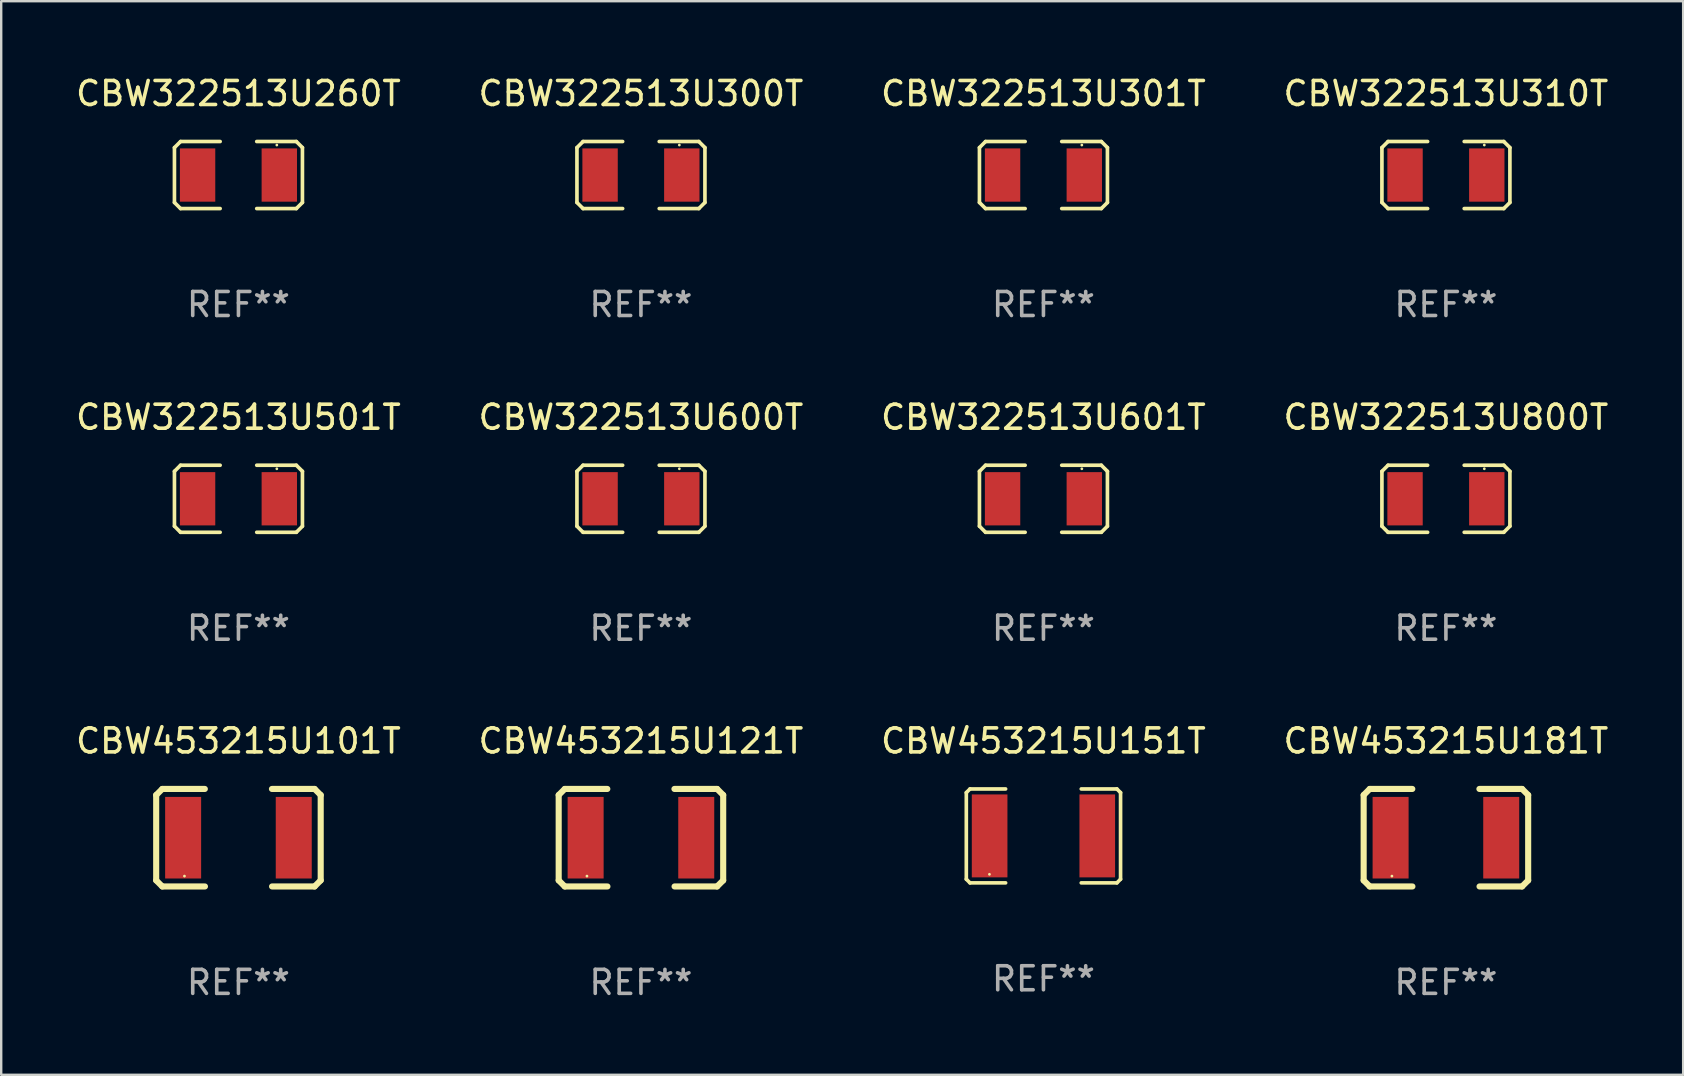
<source format=kicad_pcb>
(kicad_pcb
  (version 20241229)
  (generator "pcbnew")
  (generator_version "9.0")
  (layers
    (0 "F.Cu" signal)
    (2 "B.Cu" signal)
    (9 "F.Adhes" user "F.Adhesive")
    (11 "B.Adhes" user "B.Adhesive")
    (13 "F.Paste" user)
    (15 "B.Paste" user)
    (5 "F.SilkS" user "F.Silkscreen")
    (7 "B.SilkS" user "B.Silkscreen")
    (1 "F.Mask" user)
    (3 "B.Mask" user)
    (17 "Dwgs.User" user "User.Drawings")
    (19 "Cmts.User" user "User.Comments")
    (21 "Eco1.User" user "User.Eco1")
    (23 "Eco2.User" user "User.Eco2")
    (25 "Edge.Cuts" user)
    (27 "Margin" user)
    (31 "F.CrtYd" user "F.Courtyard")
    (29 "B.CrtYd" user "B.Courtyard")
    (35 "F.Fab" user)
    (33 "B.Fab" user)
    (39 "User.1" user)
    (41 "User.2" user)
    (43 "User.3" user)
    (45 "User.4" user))
  (footprint "CBW322513U800T"
    (layer "F.Cu")
    (at 57.208 17.736)
    (property "Reference" "CBW322513U800T" (at 0 -3.397 0) (layer "F.SilkS") (effects (font (size 1 1) (thickness 0.15))))
    (attr through_hole)
    (fp_line (start -2.667 -1.143) (end -2.413 -1.397) (stroke (width 0.152) (type solid)) (layer "F.SilkS"))
    (fp_line (start -2.667 1.143) (end -2.667 -1.143) (stroke (width 0.152) (type solid)) (layer "F.SilkS"))
    (fp_line (start -2.413 -1.397) (end -0.762 -1.397) (stroke (width 0.152) (type solid)) (layer "F.SilkS"))
    (fp_line (start -2.413 1.397) (end -2.667 1.143) (stroke (width 0.152) (type solid)) (layer "F.SilkS"))
    (fp_line (start -0.762 1.397) (end -2.413 1.397) (stroke (width 0.152) (type solid)) (layer "F.SilkS"))
    (fp_line (start 0.762 -1.397) (end 2.413 -1.397) (stroke (width 0.152) (type solid)) (layer "F.SilkS"))
    (fp_line (start 2.413 -1.397) (end 2.667 -1.143) (stroke (width 0.152) (type solid)) (layer "F.SilkS"))
    (fp_line (start 2.413 1.397) (end 0.762 1.397) (stroke (width 0.152) (type solid)) (layer "F.SilkS"))
    (fp_line (start 2.667 -1.143) (end 2.667 1.143) (stroke (width 0.152) (type solid)) (layer "F.SilkS"))
    (fp_line (start 2.667 1.143) (end 2.413 1.397) (stroke (width 0.152) (type solid)) (layer "F.SilkS"))
    (fp_circle (center 1.6 -1.25) (end 1.63 -1.25) (stroke (width 0.06) (type solid)) (fill no) (layer "F.SilkS"))
    (fp_text user "REF**" (at 0 5.397 0) (layer "F.Fab") (effects (font (size 1 1) (thickness 0.15))))
    (pad "1" smd rect (at 1.703 0) (size 1.474 2.22) (layers "F.Cu" "F.Mask" "F.Paste"))
    (pad "2" smd rect (at -1.703 0) (size 1.474 2.22) (layers "F.Cu" "F.Mask" "F.Paste")))
  (footprint "CBW322513U601T"
    (layer "F.Cu")
    (at 40.435 17.736)
    (property "Reference" "CBW322513U601T" (at 0 -3.397 0) (layer "F.SilkS") (effects (font (size 1 1) (thickness 0.15))))
    (attr through_hole)
    (fp_line (start -2.667 -1.143) (end -2.413 -1.397) (stroke (width 0.152) (type solid)) (layer "F.SilkS"))
    (fp_line (start -2.667 1.143) (end -2.667 -1.143) (stroke (width 0.152) (type solid)) (layer "F.SilkS"))
    (fp_line (start -2.413 -1.397) (end -0.762 -1.397) (stroke (width 0.152) (type solid)) (layer "F.SilkS"))
    (fp_line (start -2.413 1.397) (end -2.667 1.143) (stroke (width 0.152) (type solid)) (layer "F.SilkS"))
    (fp_line (start -0.762 1.397) (end -2.413 1.397) (stroke (width 0.152) (type solid)) (layer "F.SilkS"))
    (fp_line (start 0.762 -1.397) (end 2.413 -1.397) (stroke (width 0.152) (type solid)) (layer "F.SilkS"))
    (fp_line (start 2.413 -1.397) (end 2.667 -1.143) (stroke (width 0.152) (type solid)) (layer "F.SilkS"))
    (fp_line (start 2.413 1.397) (end 0.762 1.397) (stroke (width 0.152) (type solid)) (layer "F.SilkS"))
    (fp_line (start 2.667 -1.143) (end 2.667 1.143) (stroke (width 0.152) (type solid)) (layer "F.SilkS"))
    (fp_line (start 2.667 1.143) (end 2.413 1.397) (stroke (width 0.152) (type solid)) (layer "F.SilkS"))
    (fp_circle (center 1.6 -1.25) (end 1.63 -1.25) (stroke (width 0.06) (type solid)) (fill no) (layer "F.SilkS"))
    (fp_text user "REF**" (at 0 5.397 0) (layer "F.Fab") (effects (font (size 1 1) (thickness 0.15))))
    (pad "1" smd rect (at 1.703 0) (size 1.474 2.22) (layers "F.Cu" "F.Mask" "F.Paste"))
    (pad "2" smd rect (at -1.703 0) (size 1.474 2.22) (layers "F.Cu" "F.Mask" "F.Paste")))
  (footprint "CBW322513U310T"
    (layer "F.Cu")
    (at 57.208 4.245)
    (property "Reference" "CBW322513U310T" (at 0 -3.397 0) (layer "F.SilkS") (effects (font (size 1 1) (thickness 0.15))))
    (attr through_hole)
    (fp_line (start -2.667 -1.143) (end -2.413 -1.397) (stroke (width 0.152) (type solid)) (layer "F.SilkS"))
    (fp_line (start -2.667 1.143) (end -2.667 -1.143) (stroke (width 0.152) (type solid)) (layer "F.SilkS"))
    (fp_line (start -2.413 -1.397) (end -0.762 -1.397) (stroke (width 0.152) (type solid)) (layer "F.SilkS"))
    (fp_line (start -2.413 1.397) (end -2.667 1.143) (stroke (width 0.152) (type solid)) (layer "F.SilkS"))
    (fp_line (start -0.762 1.397) (end -2.413 1.397) (stroke (width 0.152) (type solid)) (layer "F.SilkS"))
    (fp_line (start 0.762 -1.397) (end 2.413 -1.397) (stroke (width 0.152) (type solid)) (layer "F.SilkS"))
    (fp_line (start 2.413 -1.397) (end 2.667 -1.143) (stroke (width 0.152) (type solid)) (layer "F.SilkS"))
    (fp_line (start 2.413 1.397) (end 0.762 1.397) (stroke (width 0.152) (type solid)) (layer "F.SilkS"))
    (fp_line (start 2.667 -1.143) (end 2.667 1.143) (stroke (width 0.152) (type solid)) (layer "F.SilkS"))
    (fp_line (start 2.667 1.143) (end 2.413 1.397) (stroke (width 0.152) (type solid)) (layer "F.SilkS"))
    (fp_circle (center 1.6 -1.25) (end 1.63 -1.25) (stroke (width 0.06) (type solid)) (fill no) (layer "F.SilkS"))
    (fp_text user "REF**" (at 0 5.397 0) (layer "F.Fab") (effects (font (size 1 1) (thickness 0.15))))
    (pad "1" smd rect (at 1.703 0) (size 1.474 2.22) (layers "F.Cu" "F.Mask" "F.Paste"))
    (pad "2" smd rect (at -1.703 0) (size 1.474 2.22) (layers "F.Cu" "F.Mask" "F.Paste")))
  (footprint "CBW453215U151T"
    (layer "F.Cu")
    (at 40.435 31.786)
    (property "Reference" "CBW453215U151T" (at 0 -3.957 0) (layer "F.SilkS") (effects (font (size 1 1) (thickness 0.15))))
    (attr through_hole)
    (fp_line (start -3.214 -1.804) (end -3.214 1.804) (stroke (width 0.152) (type solid)) (layer "F.SilkS"))
    (fp_line (start -3.214 1.804) (end -3.061 1.957) (stroke (width 0.152) (type solid)) (layer "F.SilkS"))
    (fp_line (start -3.061 -1.957) (end -3.214 -1.804) (stroke (width 0.152) (type solid)) (layer "F.SilkS"))
    (fp_line (start -3.061 1.957) (end -1.576 1.957) (stroke (width 0.152) (type solid)) (layer "F.SilkS"))
    (fp_line (start -1.576 -1.957) (end -3.061 -1.957) (stroke (width 0.152) (type solid)) (layer "F.SilkS"))
    (fp_line (start 1.576 -1.957) (end 3.061 -1.957) (stroke (width 0.152) (type solid)) (layer "F.SilkS"))
    (fp_line (start 3.061 -1.957) (end 3.214 -1.804) (stroke (width 0.152) (type solid)) (layer "F.SilkS"))
    (fp_line (start 3.061 1.957) (end 1.576 1.957) (stroke (width 0.152) (type solid)) (layer "F.SilkS"))
    (fp_line (start 3.214 -1.804) (end 3.214 1.804) (stroke (width 0.152) (type solid)) (layer "F.SilkS"))
    (fp_line (start 3.214 1.804) (end 3.061 1.957) (stroke (width 0.152) (type solid)) (layer "F.SilkS"))
    (fp_circle (center -2.25 1.6) (end -2.22 1.6) (stroke (width 0.06) (type solid)) (fill no) (layer "F.SilkS"))
    (fp_text user "REF**" (at 0 5.957 0) (layer "F.Fab") (effects (font (size 1 1) (thickness 0.15))))
    (pad "1" smd rect (at -2.243 0) (size 1.485 3.456) (layers "F.Cu" "F.Mask" "F.Paste"))
    (pad "2" smd rect (at 2.243 0) (size 1.485 3.456) (layers "F.Cu" "F.Mask" "F.Paste")))
  (footprint "CBW453215U121T"
    (layer "F.Cu")
    (at 23.661 31.861)
    (property "Reference" "CBW453215U121T" (at 0 -4.032 0) (layer "F.SilkS") (effects (font (size 1 1) (thickness 0.15))))
    (attr through_hole)
    (fp_line (start -3.428 -1.778) (end -3.174 -2.032) (stroke (width 0.254) (type solid)) (layer "F.SilkS"))
    (fp_line (start -3.428 1.778) (end -3.428 -1.778) (stroke (width 0.254) (type solid)) (layer "F.SilkS"))
    (fp_line (start -3.174 -2.032) (end -1.401 -2.032) (stroke (width 0.254) (type solid)) (layer "F.SilkS"))
    (fp_line (start -3.174 2.032) (end -3.428 1.778) (stroke (width 0.254) (type solid)) (layer "F.SilkS"))
    (fp_line (start -1.396 2.032) (end -3.174 2.032) (stroke (width 0.254) (type solid)) (layer "F.SilkS"))
    (fp_line (start 1.396 -2.032) (end 3.174 -2.032) (stroke (width 0.254) (type solid)) (layer "F.SilkS"))
    (fp_line (start 3.174 -2.032) (end 3.428 -1.778) (stroke (width 0.254) (type solid)) (layer "F.SilkS"))
    (fp_line (start 3.174 2.032) (end 1.401 2.032) (stroke (width 0.254) (type solid)) (layer "F.SilkS"))
    (fp_line (start 3.428 -1.778) (end 3.428 1.778) (stroke (width 0.254) (type solid)) (layer "F.SilkS"))
    (fp_line (start 3.428 1.778) (end 3.174 2.032) (stroke (width 0.254) (type solid)) (layer "F.SilkS"))
    (fp_circle (center -2.25 1.6) (end -2.22 1.6) (stroke (width 0.06) (type solid)) (fill no) (layer "F.SilkS"))
    (fp_text user "REF**" (at 0 6.032 0) (layer "F.Fab") (effects (font (size 1 1) (thickness 0.15))))
    (pad "1" smd rect (at -2.305 0) (size 1.5 3.4) (layers "F.Cu" "F.Mask" "F.Paste"))
    (pad "2" smd rect (at 2.305 0) (size 1.5 3.4) (layers "F.Cu" "F.Mask" "F.Paste")))
  (footprint "CBW322513U501T"
    (layer "F.Cu")
    (at 6.887 17.736)
    (property "Reference" "CBW322513U501T" (at 0 -3.397 0) (layer "F.SilkS") (effects (font (size 1 1) (thickness 0.15))))
    (attr through_hole)
    (fp_line (start -2.667 -1.143) (end -2.413 -1.397) (stroke (width 0.152) (type solid)) (layer "F.SilkS"))
    (fp_line (start -2.667 1.143) (end -2.667 -1.143) (stroke (width 0.152) (type solid)) (layer "F.SilkS"))
    (fp_line (start -2.413 -1.397) (end -0.762 -1.397) (stroke (width 0.152) (type solid)) (layer "F.SilkS"))
    (fp_line (start -2.413 1.397) (end -2.667 1.143) (stroke (width 0.152) (type solid)) (layer "F.SilkS"))
    (fp_line (start -0.762 1.397) (end -2.413 1.397) (stroke (width 0.152) (type solid)) (layer "F.SilkS"))
    (fp_line (start 0.762 -1.397) (end 2.413 -1.397) (stroke (width 0.152) (type solid)) (layer "F.SilkS"))
    (fp_line (start 2.413 -1.397) (end 2.667 -1.143) (stroke (width 0.152) (type solid)) (layer "F.SilkS"))
    (fp_line (start 2.413 1.397) (end 0.762 1.397) (stroke (width 0.152) (type solid)) (layer "F.SilkS"))
    (fp_line (start 2.667 -1.143) (end 2.667 1.143) (stroke (width 0.152) (type solid)) (layer "F.SilkS"))
    (fp_line (start 2.667 1.143) (end 2.413 1.397) (stroke (width 0.152) (type solid)) (layer "F.SilkS"))
    (fp_circle (center 1.6 -1.25) (end 1.63 -1.25) (stroke (width 0.06) (type solid)) (fill no) (layer "F.SilkS"))
    (fp_text user "REF**" (at 0 5.397 0) (layer "F.Fab") (effects (font (size 1 1) (thickness 0.15))))
    (pad "1" smd rect (at 1.703 0) (size 1.474 2.22) (layers "F.Cu" "F.Mask" "F.Paste"))
    (pad "2" smd rect (at -1.703 0) (size 1.474 2.22) (layers "F.Cu" "F.Mask" "F.Paste")))
  (footprint "CBW322513U260T"
    (layer "F.Cu")
    (at 6.887 4.245)
    (property "Reference" "CBW322513U260T" (at 0 -3.397 0) (layer "F.SilkS") (effects (font (size 1 1) (thickness 0.15))))
    (attr through_hole)
    (fp_line (start -2.667 -1.143) (end -2.413 -1.397) (stroke (width 0.152) (type solid)) (layer "F.SilkS"))
    (fp_line (start -2.667 1.143) (end -2.667 -1.143) (stroke (width 0.152) (type solid)) (layer "F.SilkS"))
    (fp_line (start -2.413 -1.397) (end -0.762 -1.397) (stroke (width 0.152) (type solid)) (layer "F.SilkS"))
    (fp_line (start -2.413 1.397) (end -2.667 1.143) (stroke (width 0.152) (type solid)) (layer "F.SilkS"))
    (fp_line (start -0.762 1.397) (end -2.413 1.397) (stroke (width 0.152) (type solid)) (layer "F.SilkS"))
    (fp_line (start 0.762 -1.397) (end 2.413 -1.397) (stroke (width 0.152) (type solid)) (layer "F.SilkS"))
    (fp_line (start 2.413 -1.397) (end 2.667 -1.143) (stroke (width 0.152) (type solid)) (layer "F.SilkS"))
    (fp_line (start 2.413 1.397) (end 0.762 1.397) (stroke (width 0.152) (type solid)) (layer "F.SilkS"))
    (fp_line (start 2.667 -1.143) (end 2.667 1.143) (stroke (width 0.152) (type solid)) (layer "F.SilkS"))
    (fp_line (start 2.667 1.143) (end 2.413 1.397) (stroke (width 0.152) (type solid)) (layer "F.SilkS"))
    (fp_circle (center 1.6 -1.25) (end 1.63 -1.25) (stroke (width 0.06) (type solid)) (fill no) (layer "F.SilkS"))
    (fp_text user "REF**" (at 0 5.397 0) (layer "F.Fab") (effects (font (size 1 1) (thickness 0.15))))
    (pad "1" smd rect (at 1.703 0) (size 1.474 2.22) (layers "F.Cu" "F.Mask" "F.Paste"))
    (pad "2" smd rect (at -1.703 0) (size 1.474 2.22) (layers "F.Cu" "F.Mask" "F.Paste")))
  (footprint "CBW322513U600T"
    (layer "F.Cu")
    (at 23.661 17.736)
    (property "Reference" "CBW322513U600T" (at 0 -3.397 0) (layer "F.SilkS") (effects (font (size 1 1) (thickness 0.15))))
    (attr through_hole)
    (fp_line (start -2.667 -1.143) (end -2.413 -1.397) (stroke (width 0.152) (type solid)) (layer "F.SilkS"))
    (fp_line (start -2.667 1.143) (end -2.667 -1.143) (stroke (width 0.152) (type solid)) (layer "F.SilkS"))
    (fp_line (start -2.413 -1.397) (end -0.762 -1.397) (stroke (width 0.152) (type solid)) (layer "F.SilkS"))
    (fp_line (start -2.413 1.397) (end -2.667 1.143) (stroke (width 0.152) (type solid)) (layer "F.SilkS"))
    (fp_line (start -0.762 1.397) (end -2.413 1.397) (stroke (width 0.152) (type solid)) (layer "F.SilkS"))
    (fp_line (start 0.762 -1.397) (end 2.413 -1.397) (stroke (width 0.152) (type solid)) (layer "F.SilkS"))
    (fp_line (start 2.413 -1.397) (end 2.667 -1.143) (stroke (width 0.152) (type solid)) (layer "F.SilkS"))
    (fp_line (start 2.413 1.397) (end 0.762 1.397) (stroke (width 0.152) (type solid)) (layer "F.SilkS"))
    (fp_line (start 2.667 -1.143) (end 2.667 1.143) (stroke (width 0.152) (type solid)) (layer "F.SilkS"))
    (fp_line (start 2.667 1.143) (end 2.413 1.397) (stroke (width 0.152) (type solid)) (layer "F.SilkS"))
    (fp_circle (center 1.6 -1.25) (end 1.63 -1.25) (stroke (width 0.06) (type solid)) (fill no) (layer "F.SilkS"))
    (fp_text user "REF**" (at 0 5.397 0) (layer "F.Fab") (effects (font (size 1 1) (thickness 0.15))))
    (pad "1" smd rect (at 1.703 0) (size 1.474 2.22) (layers "F.Cu" "F.Mask" "F.Paste"))
    (pad "2" smd rect (at -1.703 0) (size 1.474 2.22) (layers "F.Cu" "F.Mask" "F.Paste")))
  (footprint "CBW322513U300T"
    (layer "F.Cu")
    (at 23.661 4.245)
    (property "Reference" "CBW322513U300T" (at 0 -3.397 0) (layer "F.SilkS") (effects (font (size 1 1) (thickness 0.15))))
    (attr through_hole)
    (fp_line (start -2.667 -1.143) (end -2.413 -1.397) (stroke (width 0.152) (type solid)) (layer "F.SilkS"))
    (fp_line (start -2.667 1.143) (end -2.667 -1.143) (stroke (width 0.152) (type solid)) (layer "F.SilkS"))
    (fp_line (start -2.413 -1.397) (end -0.762 -1.397) (stroke (width 0.152) (type solid)) (layer "F.SilkS"))
    (fp_line (start -2.413 1.397) (end -2.667 1.143) (stroke (width 0.152) (type solid)) (layer "F.SilkS"))
    (fp_line (start -0.762 1.397) (end -2.413 1.397) (stroke (width 0.152) (type solid)) (layer "F.SilkS"))
    (fp_line (start 0.762 -1.397) (end 2.413 -1.397) (stroke (width 0.152) (type solid)) (layer "F.SilkS"))
    (fp_line (start 2.413 -1.397) (end 2.667 -1.143) (stroke (width 0.152) (type solid)) (layer "F.SilkS"))
    (fp_line (start 2.413 1.397) (end 0.762 1.397) (stroke (width 0.152) (type solid)) (layer "F.SilkS"))
    (fp_line (start 2.667 -1.143) (end 2.667 1.143) (stroke (width 0.152) (type solid)) (layer "F.SilkS"))
    (fp_line (start 2.667 1.143) (end 2.413 1.397) (stroke (width 0.152) (type solid)) (layer "F.SilkS"))
    (fp_circle (center 1.6 -1.25) (end 1.63 -1.25) (stroke (width 0.06) (type solid)) (fill no) (layer "F.SilkS"))
    (fp_text user "REF**" (at 0 5.397 0) (layer "F.Fab") (effects (font (size 1 1) (thickness 0.15))))
    (pad "1" smd rect (at 1.703 0) (size 1.474 2.22) (layers "F.Cu" "F.Mask" "F.Paste"))
    (pad "2" smd rect (at -1.703 0) (size 1.474 2.22) (layers "F.Cu" "F.Mask" "F.Paste")))
  (footprint "CBW322513U301T"
    (layer "F.Cu")
    (at 40.435 4.245)
    (property "Reference" "CBW322513U301T" (at 0 -3.397 0) (layer "F.SilkS") (effects (font (size 1 1) (thickness 0.15))))
    (attr through_hole)
    (fp_line (start -2.667 -1.143) (end -2.413 -1.397) (stroke (width 0.152) (type solid)) (layer "F.SilkS"))
    (fp_line (start -2.667 1.143) (end -2.667 -1.143) (stroke (width 0.152) (type solid)) (layer "F.SilkS"))
    (fp_line (start -2.413 -1.397) (end -0.762 -1.397) (stroke (width 0.152) (type solid)) (layer "F.SilkS"))
    (fp_line (start -2.413 1.397) (end -2.667 1.143) (stroke (width 0.152) (type solid)) (layer "F.SilkS"))
    (fp_line (start -0.762 1.397) (end -2.413 1.397) (stroke (width 0.152) (type solid)) (layer "F.SilkS"))
    (fp_line (start 0.762 -1.397) (end 2.413 -1.397) (stroke (width 0.152) (type solid)) (layer "F.SilkS"))
    (fp_line (start 2.413 -1.397) (end 2.667 -1.143) (stroke (width 0.152) (type solid)) (layer "F.SilkS"))
    (fp_line (start 2.413 1.397) (end 0.762 1.397) (stroke (width 0.152) (type solid)) (layer "F.SilkS"))
    (fp_line (start 2.667 -1.143) (end 2.667 1.143) (stroke (width 0.152) (type solid)) (layer "F.SilkS"))
    (fp_line (start 2.667 1.143) (end 2.413 1.397) (stroke (width 0.152) (type solid)) (layer "F.SilkS"))
    (fp_circle (center 1.6 -1.25) (end 1.63 -1.25) (stroke (width 0.06) (type solid)) (fill no) (layer "F.SilkS"))
    (fp_text user "REF**" (at 0 5.397 0) (layer "F.Fab") (effects (font (size 1 1) (thickness 0.15))))
    (pad "1" smd rect (at 1.703 0) (size 1.474 2.22) (layers "F.Cu" "F.Mask" "F.Paste"))
    (pad "2" smd rect (at -1.703 0) (size 1.474 2.22) (layers "F.Cu" "F.Mask" "F.Paste")))
  (footprint "CBW453215U181T"
    (layer "F.Cu")
    (at 57.208 31.861)
    (property "Reference" "CBW453215U181T" (at 0 -4.032 0) (layer "F.SilkS") (effects (font (size 1 1) (thickness 0.15))))
    (attr through_hole)
    (fp_line (start -3.428 -1.778) (end -3.174 -2.032) (stroke (width 0.254) (type solid)) (layer "F.SilkS"))
    (fp_line (start -3.428 1.778) (end -3.428 -1.778) (stroke (width 0.254) (type solid)) (layer "F.SilkS"))
    (fp_line (start -3.174 -2.032) (end -1.401 -2.032) (stroke (width 0.254) (type solid)) (layer "F.SilkS"))
    (fp_line (start -3.174 2.032) (end -3.428 1.778) (stroke (width 0.254) (type solid)) (layer "F.SilkS"))
    (fp_line (start -1.396 2.032) (end -3.174 2.032) (stroke (width 0.254) (type solid)) (layer "F.SilkS"))
    (fp_line (start 1.396 -2.032) (end 3.174 -2.032) (stroke (width 0.254) (type solid)) (layer "F.SilkS"))
    (fp_line (start 3.174 -2.032) (end 3.428 -1.778) (stroke (width 0.254) (type solid)) (layer "F.SilkS"))
    (fp_line (start 3.174 2.032) (end 1.401 2.032) (stroke (width 0.254) (type solid)) (layer "F.SilkS"))
    (fp_line (start 3.428 -1.778) (end 3.428 1.778) (stroke (width 0.254) (type solid)) (layer "F.SilkS"))
    (fp_line (start 3.428 1.778) (end 3.174 2.032) (stroke (width 0.254) (type solid)) (layer "F.SilkS"))
    (fp_circle (center -2.25 1.6) (end -2.22 1.6) (stroke (width 0.06) (type solid)) (fill no) (layer "F.SilkS"))
    (fp_text user "REF**" (at 0 6.032 0) (layer "F.Fab") (effects (font (size 1 1) (thickness 0.15))))
    (pad "1" smd rect (at -2.305 0) (size 1.5 3.4) (layers "F.Cu" "F.Mask" "F.Paste"))
    (pad "2" smd rect (at 2.305 0) (size 1.5 3.4) (layers "F.Cu" "F.Mask" "F.Paste")))
  (footprint "CBW453215U101T"
    (layer "F.Cu")
    (at 6.887 31.861)
    (property "Reference" "CBW453215U101T" (at 0 -4.032 0) (layer "F.SilkS") (effects (font (size 1 1) (thickness 0.15))))
    (attr through_hole)
    (fp_line (start -3.428 -1.778) (end -3.174 -2.032) (stroke (width 0.254) (type solid)) (layer "F.SilkS"))
    (fp_line (start -3.428 1.778) (end -3.428 -1.778) (stroke (width 0.254) (type solid)) (layer "F.SilkS"))
    (fp_line (start -3.174 -2.032) (end -1.401 -2.032) (stroke (width 0.254) (type solid)) (layer "F.SilkS"))
    (fp_line (start -3.174 2.032) (end -3.428 1.778) (stroke (width 0.254) (type solid)) (layer "F.SilkS"))
    (fp_line (start -1.396 2.032) (end -3.174 2.032) (stroke (width 0.254) (type solid)) (layer "F.SilkS"))
    (fp_line (start 1.396 -2.032) (end 3.174 -2.032) (stroke (width 0.254) (type solid)) (layer "F.SilkS"))
    (fp_line (start 3.174 -2.032) (end 3.428 -1.778) (stroke (width 0.254) (type solid)) (layer "F.SilkS"))
    (fp_line (start 3.174 2.032) (end 1.401 2.032) (stroke (width 0.254) (type solid)) (layer "F.SilkS"))
    (fp_line (start 3.428 -1.778) (end 3.428 1.778) (stroke (width 0.254) (type solid)) (layer "F.SilkS"))
    (fp_line (start 3.428 1.778) (end 3.174 2.032) (stroke (width 0.254) (type solid)) (layer "F.SilkS"))
    (fp_circle (center -2.25 1.6) (end -2.22 1.6) (stroke (width 0.06) (type solid)) (fill no) (layer "F.SilkS"))
    (fp_text user "REF**" (at 0 6.032 0) (layer "F.Fab") (effects (font (size 1 1) (thickness 0.15))))
    (pad "1" smd rect (at -2.305 0) (size 1.5 3.4) (layers "F.Cu" "F.Mask" "F.Paste"))
    (pad "2" smd rect (at 2.305 0) (size 1.5 3.4) (layers "F.Cu" "F.Mask" "F.Paste")))
  (gr_rect
    (start -3 -3)
    (end 67.095 41.742)
    (stroke (width 0.1) (type default))
    (fill no)
    (layer "Edge.Cuts")))
</source>
